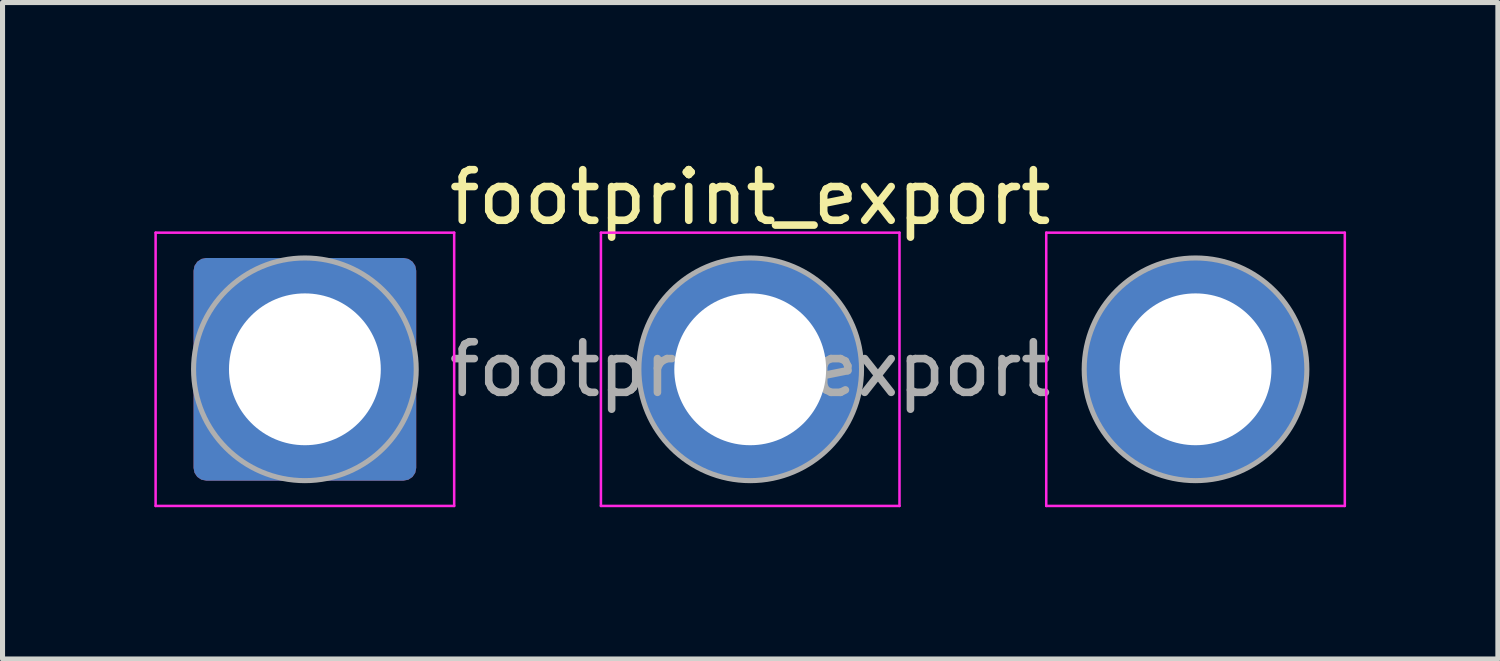
<source format=kicad_pcb>
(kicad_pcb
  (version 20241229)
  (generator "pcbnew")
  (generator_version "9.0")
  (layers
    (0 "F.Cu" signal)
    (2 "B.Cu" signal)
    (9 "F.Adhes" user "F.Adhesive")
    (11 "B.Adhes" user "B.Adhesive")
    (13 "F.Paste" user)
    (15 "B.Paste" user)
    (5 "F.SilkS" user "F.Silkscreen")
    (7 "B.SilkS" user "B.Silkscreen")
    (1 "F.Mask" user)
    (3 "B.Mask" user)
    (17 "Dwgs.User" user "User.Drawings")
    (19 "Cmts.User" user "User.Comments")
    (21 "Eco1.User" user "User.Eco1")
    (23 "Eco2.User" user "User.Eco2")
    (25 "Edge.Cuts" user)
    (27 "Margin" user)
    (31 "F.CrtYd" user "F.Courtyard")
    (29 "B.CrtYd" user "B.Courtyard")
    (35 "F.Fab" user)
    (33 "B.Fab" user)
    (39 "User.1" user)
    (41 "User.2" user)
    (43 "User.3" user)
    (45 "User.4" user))
  (footprint "footprint_export"
    (layer "F.Cu")
    (at 2.975 4.248)
    (property "Reference" "footprint_export" (at 8.8 -3.4 0) (layer "F.SilkS") (effects (font (size 1 1) (thickness 0.15))))
    (attr exclude_from_pos_files exclude_from_bom)
    (fp_line (start -2.95 -2.7) (end -2.95 2.7) (stroke (width 0.05) (type solid)) (layer "F.CrtYd"))
    (fp_line (start -2.95 2.7) (end 2.95 2.7) (stroke (width 0.05) (type solid)) (layer "F.CrtYd"))
    (fp_line (start 2.95 -2.7) (end -2.95 -2.7) (stroke (width 0.05) (type solid)) (layer "F.CrtYd"))
    (fp_line (start 2.95 2.7) (end 2.95 -2.7) (stroke (width 0.05) (type solid)) (layer "F.CrtYd"))
    (fp_line (start 5.85 -2.7) (end 5.85 2.7) (stroke (width 0.05) (type solid)) (layer "F.CrtYd"))
    (fp_line (start 5.85 2.7) (end 11.75 2.7) (stroke (width 0.05) (type solid)) (layer "F.CrtYd"))
    (fp_line (start 11.75 -2.7) (end 5.85 -2.7) (stroke (width 0.05) (type solid)) (layer "F.CrtYd"))
    (fp_line (start 11.75 2.7) (end 11.75 -2.7) (stroke (width 0.05) (type solid)) (layer "F.CrtYd"))
    (fp_line (start 14.65 -2.7) (end 14.65 2.7) (stroke (width 0.05) (type solid)) (layer "F.CrtYd"))
    (fp_line (start 14.65 2.7) (end 20.55 2.7) (stroke (width 0.05) (type solid)) (layer "F.CrtYd"))
    (fp_line (start 20.55 -2.7) (end 14.65 -2.7) (stroke (width 0.05) (type solid)) (layer "F.CrtYd"))
    (fp_line (start 20.55 2.7) (end 20.55 -2.7) (stroke (width 0.05) (type solid)) (layer "F.CrtYd"))
    (fp_circle (center 0 0) (end 2.2 0) (stroke (width 0.1) (type solid)) (fill no) (layer "F.Fab"))
    (fp_circle (center 8.8 0) (end 11 0) (stroke (width 0.1) (type solid)) (fill no) (layer "F.Fab"))
    (fp_circle (center 17.6 0) (end 19.8 0) (stroke (width 0.1) (type solid)) (fill no) (layer "F.Fab"))
    (fp_text user "${REFERENCE}" (at 8.8 0 0) (layer "F.Fab") (effects (font (size 1 1) (thickness 0.15))))
    (pad "1" thru_hole roundrect (at 0 0) (size 4.4 4.4) (drill 3) (layers "*.Cu" "*.Mask") (roundrect_rratio 0.057))
    (pad "2" thru_hole circle (at 8.8 0) (size 4.4 4.4) (drill 3) (layers "*.Cu" "*.Mask"))
    (pad "3" thru_hole circle (at 17.6 0) (size 4.4 4.4) (drill 3) (layers "*.Cu" "*.Mask")))
  (gr_rect
    (start -3 -3)
    (end 26.55 9.973)
    (stroke (width 0.1) (type default))
    (fill no)
    (layer "Edge.Cuts")))
</source>
